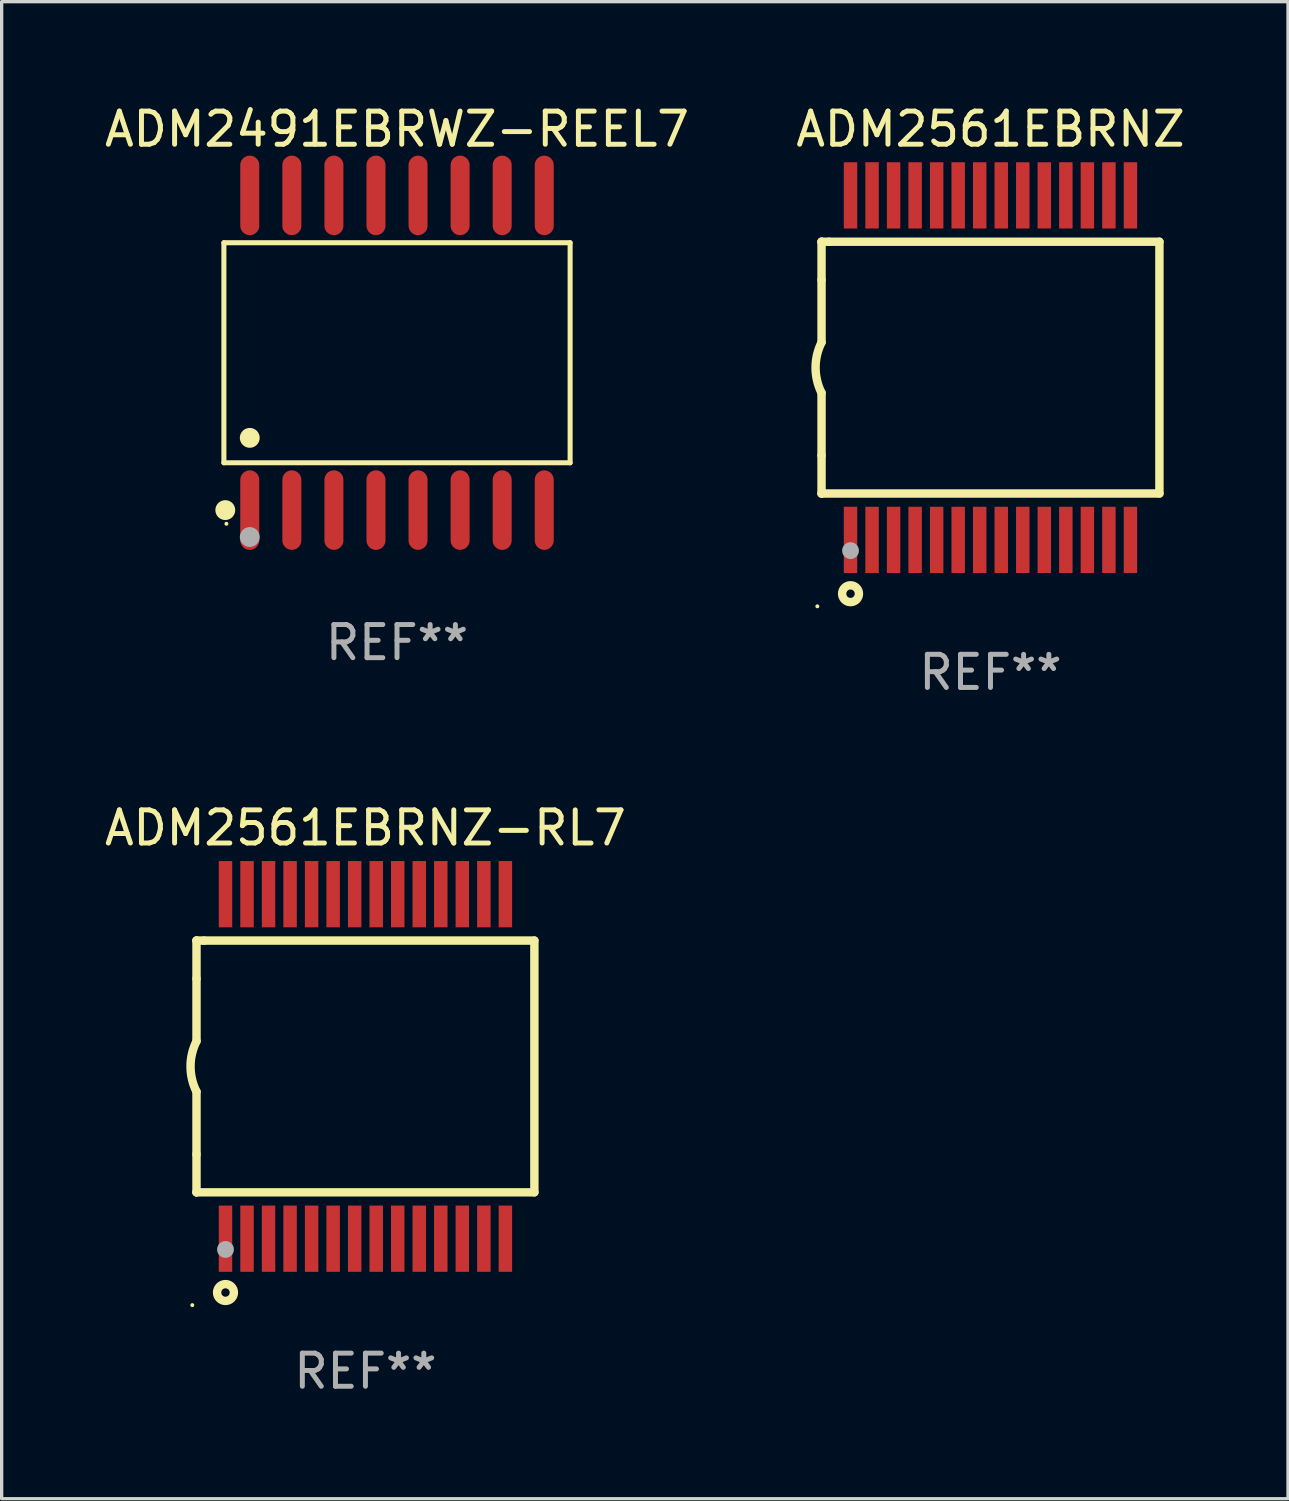
<source format=kicad_pcb>
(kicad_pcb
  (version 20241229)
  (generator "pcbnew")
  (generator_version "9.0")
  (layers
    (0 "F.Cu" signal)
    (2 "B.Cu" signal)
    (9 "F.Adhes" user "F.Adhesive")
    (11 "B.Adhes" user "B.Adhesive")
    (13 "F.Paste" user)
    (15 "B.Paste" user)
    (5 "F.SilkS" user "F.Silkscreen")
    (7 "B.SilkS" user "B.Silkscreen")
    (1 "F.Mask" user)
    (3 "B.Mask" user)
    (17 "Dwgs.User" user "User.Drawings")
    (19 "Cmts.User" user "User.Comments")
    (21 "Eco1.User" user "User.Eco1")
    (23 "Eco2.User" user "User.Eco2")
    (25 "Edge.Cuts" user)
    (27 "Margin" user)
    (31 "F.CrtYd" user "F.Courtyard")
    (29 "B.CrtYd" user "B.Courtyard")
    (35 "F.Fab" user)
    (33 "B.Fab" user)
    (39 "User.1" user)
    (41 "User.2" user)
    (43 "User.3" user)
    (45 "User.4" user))
  (footprint "ADM2491EBRWZ-REEL7"
    (layer "F.Cu")
    (at 8.935 7.599)
    (property "Reference" "ADM2491EBRWZ-REEL7" (at 0 -6.75 0) (layer "F.SilkS") (effects (font (size 1 1) (thickness 0.15))))
    (attr through_hole)
    (fp_line (start -5.226 -3.321) (end 5.226 -3.321) (stroke (width 0.152) (type solid)) (layer "F.SilkS"))
    (fp_line (start -5.226 3.321) (end -5.226 -3.321) (stroke (width 0.152) (type solid)) (layer "F.SilkS"))
    (fp_line (start 5.226 -3.321) (end 5.226 3.321) (stroke (width 0.152) (type solid)) (layer "F.SilkS"))
    (fp_line (start 5.226 3.321) (end -5.226 3.321) (stroke (width 0.152) (type solid)) (layer "F.SilkS"))
    (fp_circle (center -5.184 4.75) (end -5.034 4.75) (stroke (width 0.3) (type solid)) (fill no) (layer "F.SilkS"))
    (fp_circle (center -5.15 5.163) (end -5.12 5.163) (stroke (width 0.06) (type solid)) (fill no) (layer "F.SilkS"))
    (fp_circle (center -4.445 2.569) (end -4.295 2.569) (stroke (width 0.3) (type solid)) (fill no) (layer "F.SilkS"))
    (fp_circle (center -4.445 5.563) (end -4.295 5.563) (stroke (width 0.3) (type solid)) (fill no) (layer "F.Fab"))
    (fp_text user "REF**" (at 0 8.75 0) (layer "F.Fab") (effects (font (size 1 1) (thickness 0.15))))
    (pad "1" smd oval (at -4.445 4.75) (size 0.574 2.401) (layers "F.Cu" "F.Mask" "F.Paste"))
    (pad "2" smd oval (at -3.175 4.75) (size 0.574 2.401) (layers "F.Cu" "F.Mask" "F.Paste"))
    (pad "3" smd oval (at -1.905 4.75) (size 0.574 2.401) (layers "F.Cu" "F.Mask" "F.Paste"))
    (pad "4" smd oval (at -0.635 4.75) (size 0.574 2.401) (layers "F.Cu" "F.Mask" "F.Paste"))
    (pad "5" smd oval (at 0.635 4.75) (size 0.574 2.401) (layers "F.Cu" "F.Mask" "F.Paste"))
    (pad "6" smd oval (at 1.905 4.75) (size 0.574 2.401) (layers "F.Cu" "F.Mask" "F.Paste"))
    (pad "7" smd oval (at 3.175 4.75) (size 0.574 2.401) (layers "F.Cu" "F.Mask" "F.Paste"))
    (pad "8" smd oval (at 4.445 4.75) (size 0.574 2.401) (layers "F.Cu" "F.Mask" "F.Paste"))
    (pad "9" smd oval (at 4.445 -4.75) (size 0.574 2.401) (layers "F.Cu" "F.Mask" "F.Paste"))
    (pad "10" smd oval (at 3.175 -4.75) (size 0.574 2.401) (layers "F.Cu" "F.Mask" "F.Paste"))
    (pad "11" smd oval (at 1.905 -4.75) (size 0.574 2.401) (layers "F.Cu" "F.Mask" "F.Paste"))
    (pad "12" smd oval (at 0.635 -4.75) (size 0.574 2.401) (layers "F.Cu" "F.Mask" "F.Paste"))
    (pad "13" smd oval (at -0.635 -4.75) (size 0.574 2.401) (layers "F.Cu" "F.Mask" "F.Paste"))
    (pad "14" smd oval (at -1.905 -4.75) (size 0.574 2.401) (layers "F.Cu" "F.Mask" "F.Paste"))
    (pad "15" smd oval (at -3.175 -4.75) (size 0.574 2.401) (layers "F.Cu" "F.Mask" "F.Paste"))
    (pad "16" smd oval (at -4.445 -4.75) (size 0.574 2.401) (layers "F.Cu" "F.Mask" "F.Paste")))
  (footprint "ADM2561EBRNZ"
    (layer "F.Cu")
    (at 26.851 8.048)
    (property "Reference" "ADM2561EBRNZ" (at 0 -7.2 0) (layer "F.SilkS") (effects (font (size 1 1) (thickness 0.15))))
    (attr through_hole)
    (fp_line (start -5.1 -3.8) (end -5.1 -3.8) (stroke (width 0.254) (type solid)) (layer "F.SilkS"))
    (fp_line (start -5.1 -3.8) (end -4.875 -3.8) (stroke (width 0.254) (type solid)) (layer "F.SilkS"))
    (fp_line (start -5.1 -2.65) (end -5.1 -3.8) (stroke (width 0.254) (type solid)) (layer "F.SilkS"))
    (fp_line (start -5.1 3.8) (end -5.1 2.65) (stroke (width 0.254) (type solid)) (layer "F.SilkS"))
    (fp_line (start -5.1 3.8) (end -5.1 3.8) (stroke (width 0.254) (type solid)) (layer "F.SilkS"))
    (fp_line (start -5.1 -2.65) (end -5.1 -0.762) (stroke (width 0.254) (type solid)) (layer "F.SilkS"))
    (fp_line (start -5.1 2.65) (end -5.1 0.762) (stroke (width 0.254) (type solid)) (layer "F.SilkS"))
    (fp_line (start 5.1 -3.8) (end -4.875 -3.8) (stroke (width 0.254) (type solid)) (layer "F.SilkS"))
    (fp_line (start 5.1 3.8) (end 5.1 -3.8) (stroke (width 0.254) (type solid)) (layer "F.SilkS"))
    (fp_line (start 5.1 3.8) (end -5.1 3.8) (stroke (width 0.254) (type solid)) (layer "F.SilkS"))
    (fp_arc (start -5.10033 0.762001) (mid -5.280101 -0.000039) (end -5.1 -0.762002) (stroke (width 0.254001) (type solid)) (layer "F.SilkS"))
    (fp_circle (center -5.227 7.206) (end -5.197 7.206) (stroke (width 0.06) (type solid)) (fill no) (layer "F.SilkS"))
    (fp_circle (center -4.225 6.825) (end -3.971 6.825) (stroke (width 0.254) (type solid)) (fill no) (layer "F.SilkS"))
    (fp_circle (center -4.225 5.525) (end -4.098 5.525) (stroke (width 0.254) (type solid)) (fill no) (layer "F.Fab"))
    (fp_text user "REF**" (at 0 9.2 0) (layer "F.Fab") (effects (font (size 1 1) (thickness 0.15))))
    (pad "1" smd rect (at -4.225 5.2 90) (size 2 0.406) (layers "F.Cu" "F.Mask" "F.Paste"))
    (pad "2" smd rect (at -3.575 5.2 90) (size 2 0.406) (layers "F.Cu" "F.Mask" "F.Paste"))
    (pad "3" smd rect (at -2.925 5.2 90) (size 2 0.406) (layers "F.Cu" "F.Mask" "F.Paste"))
    (pad "4" smd rect (at -2.275 5.2 90) (size 2 0.406) (layers "F.Cu" "F.Mask" "F.Paste"))
    (pad "5" smd rect (at -1.625 5.2 90) (size 2 0.406) (layers "F.Cu" "F.Mask" "F.Paste"))
    (pad "6" smd rect (at -0.975 5.2 90) (size 2 0.406) (layers "F.Cu" "F.Mask" "F.Paste"))
    (pad "7" smd rect (at -0.325 5.2 90) (size 2 0.406) (layers "F.Cu" "F.Mask" "F.Paste"))
    (pad "8" smd rect (at 0.325 5.2 90) (size 2 0.406) (layers "F.Cu" "F.Mask" "F.Paste"))
    (pad "9" smd rect (at 0.975 5.2 90) (size 2 0.406) (layers "F.Cu" "F.Mask" "F.Paste"))
    (pad "10" smd rect (at 1.625 5.2 90) (size 2 0.406) (layers "F.Cu" "F.Mask" "F.Paste"))
    (pad "11" smd rect (at 2.275 5.2 90) (size 2 0.406) (layers "F.Cu" "F.Mask" "F.Paste"))
    (pad "12" smd rect (at 2.925 5.2 90) (size 2 0.406) (layers "F.Cu" "F.Mask" "F.Paste"))
    (pad "13" smd rect (at 3.575 5.2 90) (size 2 0.406) (layers "F.Cu" "F.Mask" "F.Paste"))
    (pad "14" smd rect (at 4.225 5.2 90) (size 2 0.406) (layers "F.Cu" "F.Mask" "F.Paste"))
    (pad "15" smd rect (at 4.225 -5.2 90) (size 2 0.406) (layers "F.Cu" "F.Mask" "F.Paste"))
    (pad "16" smd rect (at 3.575 -5.2 90) (size 2 0.406) (layers "F.Cu" "F.Mask" "F.Paste"))
    (pad "17" smd rect (at 2.925 -5.2 90) (size 2 0.406) (layers "F.Cu" "F.Mask" "F.Paste"))
    (pad "18" smd rect (at 2.275 -5.2 90) (size 2 0.406) (layers "F.Cu" "F.Mask" "F.Paste"))
    (pad "19" smd rect (at 1.625 -5.2 90) (size 2 0.406) (layers "F.Cu" "F.Mask" "F.Paste"))
    (pad "20" smd rect (at 0.975 -5.2 90) (size 2 0.406) (layers "F.Cu" "F.Mask" "F.Paste"))
    (pad "21" smd rect (at 0.325 -5.2 90) (size 2 0.406) (layers "F.Cu" "F.Mask" "F.Paste"))
    (pad "22" smd rect (at -0.325 -5.2 90) (size 2 0.406) (layers "F.Cu" "F.Mask" "F.Paste"))
    (pad "23" smd rect (at -0.975 -5.2 90) (size 2 0.406) (layers "F.Cu" "F.Mask" "F.Paste"))
    (pad "24" smd rect (at -1.625 -5.2 90) (size 2 0.406) (layers "F.Cu" "F.Mask" "F.Paste"))
    (pad "25" smd rect (at -2.275 -5.2 90) (size 2 0.406) (layers "F.Cu" "F.Mask" "F.Paste"))
    (pad "26" smd rect (at -2.925 -5.2 90) (size 2 0.406) (layers "F.Cu" "F.Mask" "F.Paste"))
    (pad "27" smd rect (at -3.575 -5.2 90) (size 2 0.406) (layers "F.Cu" "F.Mask" "F.Paste"))
    (pad "28" smd rect (at -4.225 -5.2 90) (size 2 0.406) (layers "F.Cu" "F.Mask" "F.Paste")))
  (footprint "ADM2561EBRNZ-RL7"
    (layer "F.Cu")
    (at 7.982 29.144)
    (property "Reference" "ADM2561EBRNZ-RL7" (at 0 -7.2 0) (layer "F.SilkS") (effects (font (size 1 1) (thickness 0.15))))
    (attr through_hole)
    (fp_line (start -5.1 -3.8) (end -5.1 -3.8) (stroke (width 0.254) (type solid)) (layer "F.SilkS"))
    (fp_line (start -5.1 -3.8) (end -4.875 -3.8) (stroke (width 0.254) (type solid)) (layer "F.SilkS"))
    (fp_line (start -5.1 -2.65) (end -5.1 -3.8) (stroke (width 0.254) (type solid)) (layer "F.SilkS"))
    (fp_line (start -5.1 3.8) (end -5.1 2.65) (stroke (width 0.254) (type solid)) (layer "F.SilkS"))
    (fp_line (start -5.1 3.8) (end -5.1 3.8) (stroke (width 0.254) (type solid)) (layer "F.SilkS"))
    (fp_line (start -5.1 -2.65) (end -5.1 -0.762) (stroke (width 0.254) (type solid)) (layer "F.SilkS"))
    (fp_line (start -5.1 2.65) (end -5.1 0.762) (stroke (width 0.254) (type solid)) (layer "F.SilkS"))
    (fp_line (start 5.1 -3.8) (end -4.875 -3.8) (stroke (width 0.254) (type solid)) (layer "F.SilkS"))
    (fp_line (start 5.1 3.8) (end 5.1 -3.8) (stroke (width 0.254) (type solid)) (layer "F.SilkS"))
    (fp_line (start 5.1 3.8) (end -5.1 3.8) (stroke (width 0.254) (type solid)) (layer "F.SilkS"))
    (fp_arc (start -5.10033 0.762001) (mid -5.280101 -0.000039) (end -5.1 -0.762002) (stroke (width 0.254001) (type solid)) (layer "F.SilkS"))
    (fp_circle (center -5.227 7.206) (end -5.197 7.206) (stroke (width 0.06) (type solid)) (fill no) (layer "F.SilkS"))
    (fp_circle (center -4.225 6.825) (end -3.971 6.825) (stroke (width 0.254) (type solid)) (fill no) (layer "F.SilkS"))
    (fp_circle (center -4.225 5.525) (end -4.098 5.525) (stroke (width 0.254) (type solid)) (fill no) (layer "F.Fab"))
    (fp_text user "REF**" (at 0 9.2 0) (layer "F.Fab") (effects (font (size 1 1) (thickness 0.15))))
    (pad "1" smd rect (at -4.225 5.2 90) (size 2 0.406) (layers "F.Cu" "F.Mask" "F.Paste"))
    (pad "2" smd rect (at -3.575 5.2 90) (size 2 0.406) (layers "F.Cu" "F.Mask" "F.Paste"))
    (pad "3" smd rect (at -2.925 5.2 90) (size 2 0.406) (layers "F.Cu" "F.Mask" "F.Paste"))
    (pad "4" smd rect (at -2.275 5.2 90) (size 2 0.406) (layers "F.Cu" "F.Mask" "F.Paste"))
    (pad "5" smd rect (at -1.625 5.2 90) (size 2 0.406) (layers "F.Cu" "F.Mask" "F.Paste"))
    (pad "6" smd rect (at -0.975 5.2 90) (size 2 0.406) (layers "F.Cu" "F.Mask" "F.Paste"))
    (pad "7" smd rect (at -0.325 5.2 90) (size 2 0.406) (layers "F.Cu" "F.Mask" "F.Paste"))
    (pad "8" smd rect (at 0.325 5.2 90) (size 2 0.406) (layers "F.Cu" "F.Mask" "F.Paste"))
    (pad "9" smd rect (at 0.975 5.2 90) (size 2 0.406) (layers "F.Cu" "F.Mask" "F.Paste"))
    (pad "10" smd rect (at 1.625 5.2 90) (size 2 0.406) (layers "F.Cu" "F.Mask" "F.Paste"))
    (pad "11" smd rect (at 2.275 5.2 90) (size 2 0.406) (layers "F.Cu" "F.Mask" "F.Paste"))
    (pad "12" smd rect (at 2.925 5.2 90) (size 2 0.406) (layers "F.Cu" "F.Mask" "F.Paste"))
    (pad "13" smd rect (at 3.575 5.2 90) (size 2 0.406) (layers "F.Cu" "F.Mask" "F.Paste"))
    (pad "14" smd rect (at 4.225 5.2 90) (size 2 0.406) (layers "F.Cu" "F.Mask" "F.Paste"))
    (pad "15" smd rect (at 4.225 -5.2 90) (size 2 0.406) (layers "F.Cu" "F.Mask" "F.Paste"))
    (pad "16" smd rect (at 3.575 -5.2 90) (size 2 0.406) (layers "F.Cu" "F.Mask" "F.Paste"))
    (pad "17" smd rect (at 2.925 -5.2 90) (size 2 0.406) (layers "F.Cu" "F.Mask" "F.Paste"))
    (pad "18" smd rect (at 2.275 -5.2 90) (size 2 0.406) (layers "F.Cu" "F.Mask" "F.Paste"))
    (pad "19" smd rect (at 1.625 -5.2 90) (size 2 0.406) (layers "F.Cu" "F.Mask" "F.Paste"))
    (pad "20" smd rect (at 0.975 -5.2 90) (size 2 0.406) (layers "F.Cu" "F.Mask" "F.Paste"))
    (pad "21" smd rect (at 0.325 -5.2 90) (size 2 0.406) (layers "F.Cu" "F.Mask" "F.Paste"))
    (pad "22" smd rect (at -0.325 -5.2 90) (size 2 0.406) (layers "F.Cu" "F.Mask" "F.Paste"))
    (pad "23" smd rect (at -0.975 -5.2 90) (size 2 0.406) (layers "F.Cu" "F.Mask" "F.Paste"))
    (pad "24" smd rect (at -1.625 -5.2 90) (size 2 0.406) (layers "F.Cu" "F.Mask" "F.Paste"))
    (pad "25" smd rect (at -2.275 -5.2 90) (size 2 0.406) (layers "F.Cu" "F.Mask" "F.Paste"))
    (pad "26" smd rect (at -2.925 -5.2 90) (size 2 0.406) (layers "F.Cu" "F.Mask" "F.Paste"))
    (pad "27" smd rect (at -3.575 -5.2 90) (size 2 0.406) (layers "F.Cu" "F.Mask" "F.Paste"))
    (pad "28" smd rect (at -4.225 -5.2 90) (size 2 0.406) (layers "F.Cu" "F.Mask" "F.Paste")))
  (gr_rect
    (start -3 -3)
    (end 35.833 42.193)
    (stroke (width 0.1) (type default))
    (fill no)
    (layer "Edge.Cuts")))
</source>
